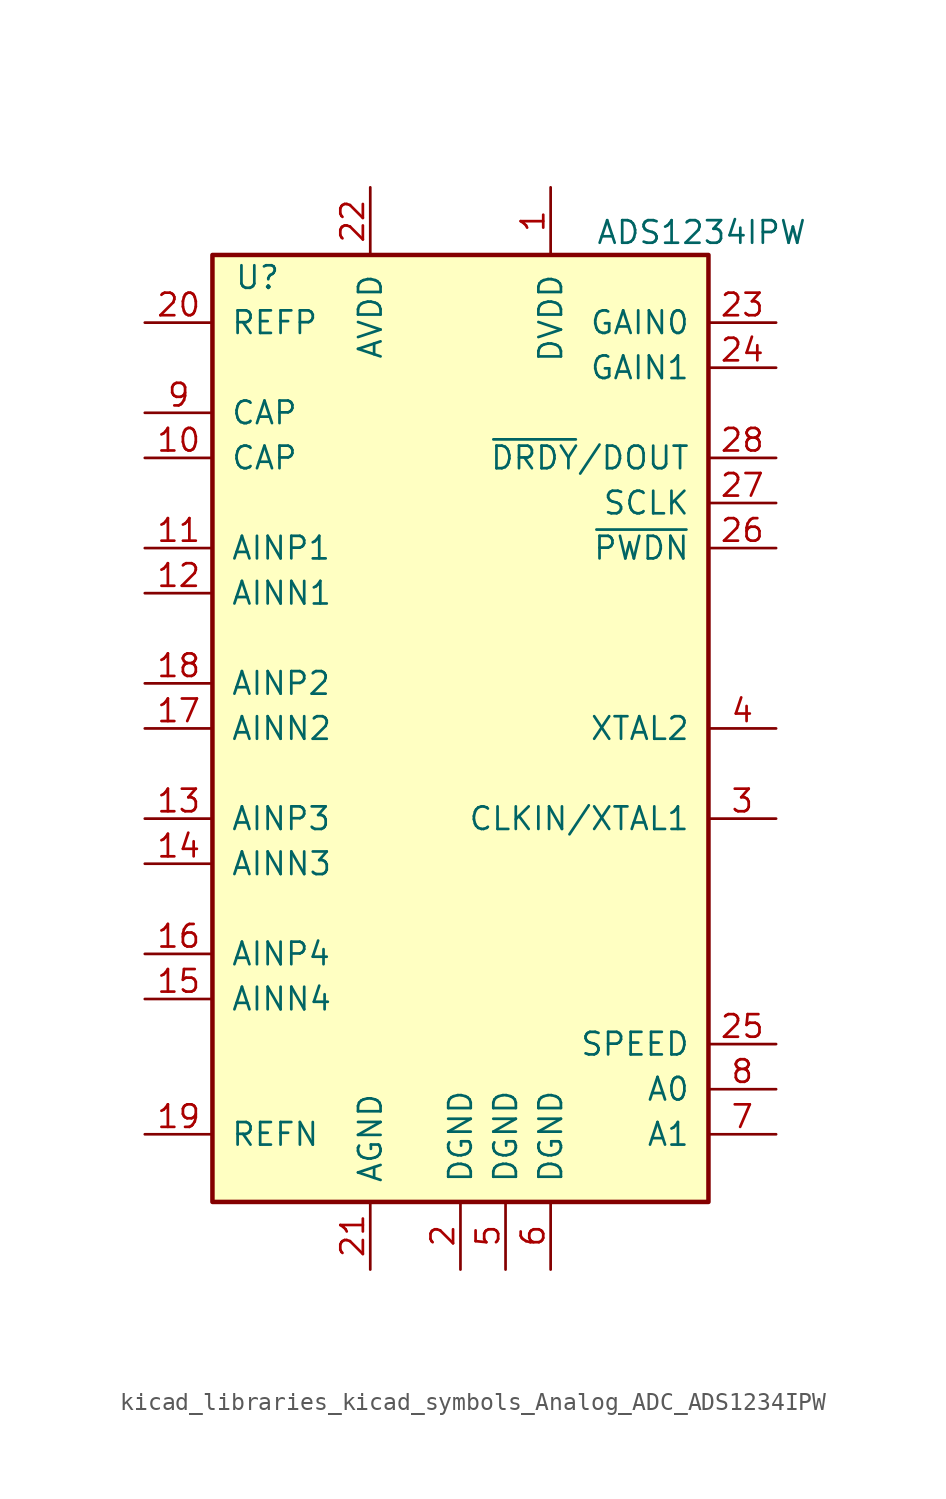
<source format=kicad_sym>
(kicad_symbol_lib
  (version 20220914)
  (generator kicad_symbol_editor)
  (symbol "kicad_libraries_kicad_symbols_Analog_ADC_ADS1234IPW"
    (pin_names
      (offset 1.016))
    (property "Reference" "U"
      (at -11.43 25.4 0)
      (effects (font (size 1.27 1.27))))
    (property "Value" "ADS1234IPW"
      (at 7.62 27.94 0)
      (effects (font (size 1.27 1.27)) (justify left)))
    (symbol "kicad_libraries_kicad_symbols_Analog_ADC_ADS1234IPW_0_1"
      (rectangle (start -13.97 26.67) (end 13.97 -26.67) (stroke (width 0.254) (type default)) (fill (type background))))
    (symbol "kicad_libraries_kicad_symbols_Analog_ADC_ADS1234IPW_1_1"
      (pin power_in line (at 5.08 30.48 270) (length 3.81) (name "DVDD" (effects (font (size 1.27 1.27)))) (number "1" (effects (font (size 1.27 1.27)))))
      (pin passive line (at -17.78 15.24 0) (length 3.81) (name "CAP" (effects (font (size 1.27 1.27)))) (number "10" (effects (font (size 1.27 1.27)))))
      (pin input line (at -17.78 10.16 0) (length 3.81) (name "AINP1" (effects (font (size 1.27 1.27)))) (number "11" (effects (font (size 1.27 1.27)))))
      (pin input line (at -17.78 7.62 0) (length 3.81) (name "AINN1" (effects (font (size 1.27 1.27)))) (number "12" (effects (font (size 1.27 1.27)))))
      (pin input line (at -17.78 -5.08 0) (length 3.81) (name "AINP3" (effects (font (size 1.27 1.27)))) (number "13" (effects (font (size 1.27 1.27)))))
      (pin input line (at -17.78 -7.62 0) (length 3.81) (name "AINN3" (effects (font (size 1.27 1.27)))) (number "14" (effects (font (size 1.27 1.27)))))
      (pin input line (at -17.78 -15.24 0) (length 3.81) (name "AINN4" (effects (font (size 1.27 1.27)))) (number "15" (effects (font (size 1.27 1.27)))))
      (pin input line (at -17.78 -12.7 0) (length 3.81) (name "AINP4" (effects (font (size 1.27 1.27)))) (number "16" (effects (font (size 1.27 1.27)))))
      (pin input line (at -17.78 0 0) (length 3.81) (name "AINN2" (effects (font (size 1.27 1.27)))) (number "17" (effects (font (size 1.27 1.27)))))
      (pin input line (at -17.78 2.54 0) (length 3.81) (name "AINP2" (effects (font (size 1.27 1.27)))) (number "18" (effects (font (size 1.27 1.27)))))
      (pin input line (at -17.78 -22.86 0) (length 3.81) (name "REFN" (effects (font (size 1.27 1.27)))) (number "19" (effects (font (size 1.27 1.27)))))
      (pin power_in line (at 0 -30.48 90) (length 3.81) (name "DGND" (effects (font (size 1.27 1.27)))) (number "2" (effects (font (size 1.27 1.27)))))
      (pin input line (at -17.78 22.86 0) (length 3.81) (name "REFP" (effects (font (size 1.27 1.27)))) (number "20" (effects (font (size 1.27 1.27)))))
      (pin power_in line (at -5.08 -30.48 90) (length 3.81) (name "AGND" (effects (font (size 1.27 1.27)))) (number "21" (effects (font (size 1.27 1.27)))))
      (pin power_in line (at -5.08 30.48 270) (length 3.81) (name "AVDD" (effects (font (size 1.27 1.27)))) (number "22" (effects (font (size 1.27 1.27)))))
      (pin input line (at 17.78 22.86 180) (length 3.81) (name "GAIN0" (effects (font (size 1.27 1.27)))) (number "23" (effects (font (size 1.27 1.27)))))
      (pin input line (at 17.78 20.32 180) (length 3.81) (name "GAIN1" (effects (font (size 1.27 1.27)))) (number "24" (effects (font (size 1.27 1.27)))))
      (pin input line (at 17.78 -17.78 180) (length 3.81) (name "SPEED" (effects (font (size 1.27 1.27)))) (number "25" (effects (font (size 1.27 1.27)))))
      (pin input line (at 17.78 10.16 180) (length 3.81) (name "~{PWDN}" (effects (font (size 1.27 1.27)))) (number "26" (effects (font (size 1.27 1.27)))))
      (pin input line (at 17.78 12.7 180) (length 3.81) (name "SCLK" (effects (font (size 1.27 1.27)))) (number "27" (effects (font (size 1.27 1.27)))))
      (pin output line (at 17.78 15.24 180) (length 3.81) (name "~{DRDY}/DOUT" (effects (font (size 1.27 1.27)))) (number "28" (effects (font (size 1.27 1.27)))))
      (pin bidirectional line (at 17.78 -5.08 180) (length 3.81) (name "CLKIN/XTAL1" (effects (font (size 1.27 1.27)))) (number "3" (effects (font (size 1.27 1.27)))))
      (pin bidirectional line (at 17.78 0 180) (length 3.81) (name "XTAL2" (effects (font (size 1.27 1.27)))) (number "4" (effects (font (size 1.27 1.27)))))
      (pin power_in line (at 2.54 -30.48 90) (length 3.81) (name "DGND" (effects (font (size 1.27 1.27)))) (number "5" (effects (font (size 1.27 1.27)))))
      (pin power_in line (at 5.08 -30.48 90) (length 3.81) (name "DGND" (effects (font (size 1.27 1.27)))) (number "6" (effects (font (size 1.27 1.27)))))
      (pin input line (at 17.78 -22.86 180) (length 3.81) (name "A1" (effects (font (size 1.27 1.27)))) (number "7" (effects (font (size 1.27 1.27)))))
      (pin input line (at 17.78 -20.32 180) (length 3.81) (name "A0" (effects (font (size 1.27 1.27)))) (number "8" (effects (font (size 1.27 1.27)))))
      (pin passive line (at -17.78 17.78 0) (length 3.81) (name "CAP" (effects (font (size 1.27 1.27)))) (number "9" (effects (font (size 1.27 1.27))))))))
</source>
